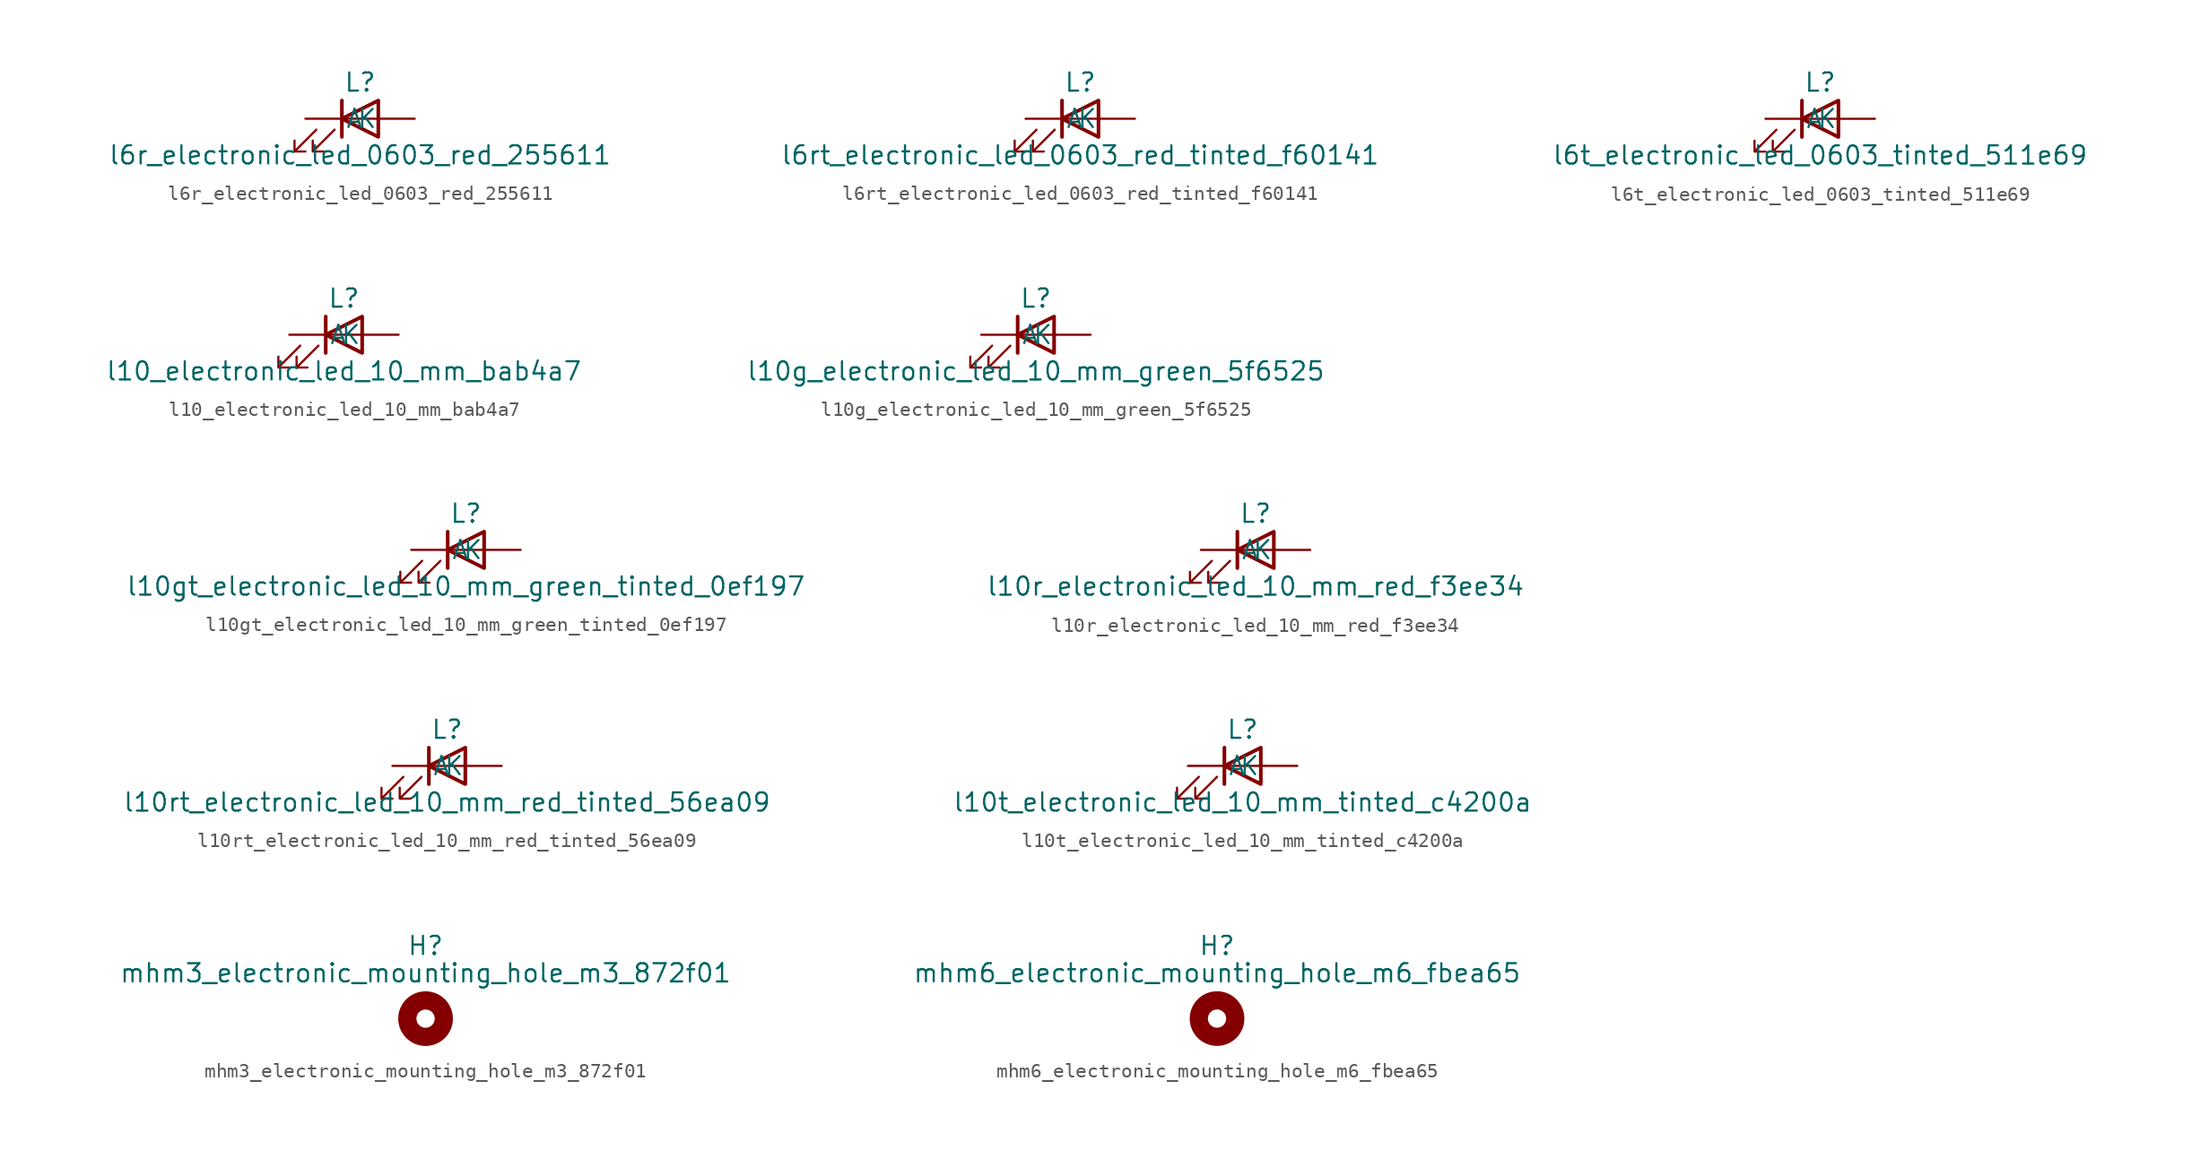
<source format=kicad_sym>
(kicad_symbol_lib
  (version 20220914)
  (generator kicad_symbol_editor)
  (symbol "l6r_electronic_led_0603_red_255611"
    (pin_numbers hide)
    (pin_names
      (offset 1.016))
    (property "Reference" "L"
      (at 0 2.54 0)
      (effects (font (size 1.27 1.27))))
    (property "Value" "l6r_electronic_led_0603_red_255611"
      (at 0 -2.54 0)
      (effects (font (size 1.27 1.27))))
    (symbol "l6r_electronic_led_0603_red_255611_0_1"
      (polyline (pts (xy -1.27 -1.27) (xy -1.27 1.27)) (stroke (width 0.254) (type default)) (fill (type none)))
      (polyline (pts (xy -1.27 0) (xy 1.27 0)) (stroke (width 0) (type default)) (fill (type none)))
      (polyline (pts (xy 1.27 -1.27) (xy 1.27 1.27) (xy -1.27 0) (xy 1.27 -1.27)) (stroke (width 0.254) (type default)) (fill (type none)))
      (polyline (pts (xy -3.048 -0.762) (xy -4.572 -2.286) (xy -3.81 -2.286) (xy -4.572 -2.286) (xy -4.572 -1.524)) (stroke (width 0) (type default)) (fill (type none)))
      (polyline (pts (xy -1.778 -0.762) (xy -3.302 -2.286) (xy -2.54 -2.286) (xy -3.302 -2.286) (xy -3.302 -1.524)) (stroke (width 0) (type default)) (fill (type none))))
    (symbol "l6r_electronic_led_0603_red_255611_1_1"
      (pin passive line (at -3.81 0 0) (length 2.54) (name "K" (effects (font (size 1.27 1.27)))) (number "1" (effects (font (size 1.27 1.27)))))
      (pin passive line (at 3.81 0 180) (length 2.54) (name "A" (effects (font (size 1.27 1.27)))) (number "2" (effects (font (size 1.27 1.27)))))))
  (symbol "l6rt_electronic_led_0603_red_tinted_f60141"
    (pin_numbers hide)
    (pin_names
      (offset 1.016))
    (property "Reference" "L"
      (at 0 2.54 0)
      (effects (font (size 1.27 1.27))))
    (property "Value" "l6rt_electronic_led_0603_red_tinted_f60141"
      (at 0 -2.54 0)
      (effects (font (size 1.27 1.27))))
    (symbol "l6rt_electronic_led_0603_red_tinted_f60141_0_1"
      (polyline (pts (xy -1.27 -1.27) (xy -1.27 1.27)) (stroke (width 0.254) (type default)) (fill (type none)))
      (polyline (pts (xy -1.27 0) (xy 1.27 0)) (stroke (width 0) (type default)) (fill (type none)))
      (polyline (pts (xy 1.27 -1.27) (xy 1.27 1.27) (xy -1.27 0) (xy 1.27 -1.27)) (stroke (width 0.254) (type default)) (fill (type none)))
      (polyline (pts (xy -3.048 -0.762) (xy -4.572 -2.286) (xy -3.81 -2.286) (xy -4.572 -2.286) (xy -4.572 -1.524)) (stroke (width 0) (type default)) (fill (type none)))
      (polyline (pts (xy -1.778 -0.762) (xy -3.302 -2.286) (xy -2.54 -2.286) (xy -3.302 -2.286) (xy -3.302 -1.524)) (stroke (width 0) (type default)) (fill (type none))))
    (symbol "l6rt_electronic_led_0603_red_tinted_f60141_1_1"
      (pin passive line (at -3.81 0 0) (length 2.54) (name "K" (effects (font (size 1.27 1.27)))) (number "1" (effects (font (size 1.27 1.27)))))
      (pin passive line (at 3.81 0 180) (length 2.54) (name "A" (effects (font (size 1.27 1.27)))) (number "2" (effects (font (size 1.27 1.27)))))))
  (symbol "l6t_electronic_led_0603_tinted_511e69"
    (pin_numbers hide)
    (pin_names
      (offset 1.016))
    (property "Reference" "L"
      (at 0 2.54 0)
      (effects (font (size 1.27 1.27))))
    (property "Value" "l6t_electronic_led_0603_tinted_511e69"
      (at 0 -2.54 0)
      (effects (font (size 1.27 1.27))))
    (symbol "l6t_electronic_led_0603_tinted_511e69_0_1"
      (polyline (pts (xy -1.27 -1.27) (xy -1.27 1.27)) (stroke (width 0.254) (type default)) (fill (type none)))
      (polyline (pts (xy -1.27 0) (xy 1.27 0)) (stroke (width 0) (type default)) (fill (type none)))
      (polyline (pts (xy 1.27 -1.27) (xy 1.27 1.27) (xy -1.27 0) (xy 1.27 -1.27)) (stroke (width 0.254) (type default)) (fill (type none)))
      (polyline (pts (xy -3.048 -0.762) (xy -4.572 -2.286) (xy -3.81 -2.286) (xy -4.572 -2.286) (xy -4.572 -1.524)) (stroke (width 0) (type default)) (fill (type none)))
      (polyline (pts (xy -1.778 -0.762) (xy -3.302 -2.286) (xy -2.54 -2.286) (xy -3.302 -2.286) (xy -3.302 -1.524)) (stroke (width 0) (type default)) (fill (type none))))
    (symbol "l6t_electronic_led_0603_tinted_511e69_1_1"
      (pin passive line (at -3.81 0 0) (length 2.54) (name "K" (effects (font (size 1.27 1.27)))) (number "1" (effects (font (size 1.27 1.27)))))
      (pin passive line (at 3.81 0 180) (length 2.54) (name "A" (effects (font (size 1.27 1.27)))) (number "2" (effects (font (size 1.27 1.27)))))))
  (symbol "l10_electronic_led_10_mm_bab4a7"
    (pin_numbers hide)
    (pin_names
      (offset 1.016))
    (property "Reference" "L"
      (at 0 2.54 0)
      (effects (font (size 1.27 1.27))))
    (property "Value" "l10_electronic_led_10_mm_bab4a7"
      (at 0 -2.54 0)
      (effects (font (size 1.27 1.27))))
    (symbol "l10_electronic_led_10_mm_bab4a7_0_1"
      (polyline (pts (xy -1.27 -1.27) (xy -1.27 1.27)) (stroke (width 0.254) (type default)) (fill (type none)))
      (polyline (pts (xy -1.27 0) (xy 1.27 0)) (stroke (width 0) (type default)) (fill (type none)))
      (polyline (pts (xy 1.27 -1.27) (xy 1.27 1.27) (xy -1.27 0) (xy 1.27 -1.27)) (stroke (width 0.254) (type default)) (fill (type none)))
      (polyline (pts (xy -3.048 -0.762) (xy -4.572 -2.286) (xy -3.81 -2.286) (xy -4.572 -2.286) (xy -4.572 -1.524)) (stroke (width 0) (type default)) (fill (type none)))
      (polyline (pts (xy -1.778 -0.762) (xy -3.302 -2.286) (xy -2.54 -2.286) (xy -3.302 -2.286) (xy -3.302 -1.524)) (stroke (width 0) (type default)) (fill (type none))))
    (symbol "l10_electronic_led_10_mm_bab4a7_1_1"
      (pin passive line (at -3.81 0 0) (length 2.54) (name "K" (effects (font (size 1.27 1.27)))) (number "1" (effects (font (size 1.27 1.27)))))
      (pin passive line (at 3.81 0 180) (length 2.54) (name "A" (effects (font (size 1.27 1.27)))) (number "2" (effects (font (size 1.27 1.27)))))))
  (symbol "l10g_electronic_led_10_mm_green_5f6525"
    (pin_numbers hide)
    (pin_names
      (offset 1.016))
    (property "Reference" "L"
      (at 0 2.54 0)
      (effects (font (size 1.27 1.27))))
    (property "Value" "l10g_electronic_led_10_mm_green_5f6525"
      (at 0 -2.54 0)
      (effects (font (size 1.27 1.27))))
    (symbol "l10g_electronic_led_10_mm_green_5f6525_0_1"
      (polyline (pts (xy -1.27 -1.27) (xy -1.27 1.27)) (stroke (width 0.254) (type default)) (fill (type none)))
      (polyline (pts (xy -1.27 0) (xy 1.27 0)) (stroke (width 0) (type default)) (fill (type none)))
      (polyline (pts (xy 1.27 -1.27) (xy 1.27 1.27) (xy -1.27 0) (xy 1.27 -1.27)) (stroke (width 0.254) (type default)) (fill (type none)))
      (polyline (pts (xy -3.048 -0.762) (xy -4.572 -2.286) (xy -3.81 -2.286) (xy -4.572 -2.286) (xy -4.572 -1.524)) (stroke (width 0) (type default)) (fill (type none)))
      (polyline (pts (xy -1.778 -0.762) (xy -3.302 -2.286) (xy -2.54 -2.286) (xy -3.302 -2.286) (xy -3.302 -1.524)) (stroke (width 0) (type default)) (fill (type none))))
    (symbol "l10g_electronic_led_10_mm_green_5f6525_1_1"
      (pin passive line (at -3.81 0 0) (length 2.54) (name "K" (effects (font (size 1.27 1.27)))) (number "1" (effects (font (size 1.27 1.27)))))
      (pin passive line (at 3.81 0 180) (length 2.54) (name "A" (effects (font (size 1.27 1.27)))) (number "2" (effects (font (size 1.27 1.27)))))))
  (symbol "l10gt_electronic_led_10_mm_green_tinted_0ef197"
    (pin_numbers hide)
    (pin_names
      (offset 1.016))
    (property "Reference" "L"
      (at 0 2.54 0)
      (effects (font (size 1.27 1.27))))
    (property "Value" "l10gt_electronic_led_10_mm_green_tinted_0ef197"
      (at 0 -2.54 0)
      (effects (font (size 1.27 1.27))))
    (symbol "l10gt_electronic_led_10_mm_green_tinted_0ef197_0_1"
      (polyline (pts (xy -1.27 -1.27) (xy -1.27 1.27)) (stroke (width 0.254) (type default)) (fill (type none)))
      (polyline (pts (xy -1.27 0) (xy 1.27 0)) (stroke (width 0) (type default)) (fill (type none)))
      (polyline (pts (xy 1.27 -1.27) (xy 1.27 1.27) (xy -1.27 0) (xy 1.27 -1.27)) (stroke (width 0.254) (type default)) (fill (type none)))
      (polyline (pts (xy -3.048 -0.762) (xy -4.572 -2.286) (xy -3.81 -2.286) (xy -4.572 -2.286) (xy -4.572 -1.524)) (stroke (width 0) (type default)) (fill (type none)))
      (polyline (pts (xy -1.778 -0.762) (xy -3.302 -2.286) (xy -2.54 -2.286) (xy -3.302 -2.286) (xy -3.302 -1.524)) (stroke (width 0) (type default)) (fill (type none))))
    (symbol "l10gt_electronic_led_10_mm_green_tinted_0ef197_1_1"
      (pin passive line (at -3.81 0 0) (length 2.54) (name "K" (effects (font (size 1.27 1.27)))) (number "1" (effects (font (size 1.27 1.27)))))
      (pin passive line (at 3.81 0 180) (length 2.54) (name "A" (effects (font (size 1.27 1.27)))) (number "2" (effects (font (size 1.27 1.27)))))))
  (symbol "l10r_electronic_led_10_mm_red_f3ee34"
    (pin_numbers hide)
    (pin_names
      (offset 1.016))
    (property "Reference" "L"
      (at 0 2.54 0)
      (effects (font (size 1.27 1.27))))
    (property "Value" "l10r_electronic_led_10_mm_red_f3ee34"
      (at 0 -2.54 0)
      (effects (font (size 1.27 1.27))))
    (symbol "l10r_electronic_led_10_mm_red_f3ee34_0_1"
      (polyline (pts (xy -1.27 -1.27) (xy -1.27 1.27)) (stroke (width 0.254) (type default)) (fill (type none)))
      (polyline (pts (xy -1.27 0) (xy 1.27 0)) (stroke (width 0) (type default)) (fill (type none)))
      (polyline (pts (xy 1.27 -1.27) (xy 1.27 1.27) (xy -1.27 0) (xy 1.27 -1.27)) (stroke (width 0.254) (type default)) (fill (type none)))
      (polyline (pts (xy -3.048 -0.762) (xy -4.572 -2.286) (xy -3.81 -2.286) (xy -4.572 -2.286) (xy -4.572 -1.524)) (stroke (width 0) (type default)) (fill (type none)))
      (polyline (pts (xy -1.778 -0.762) (xy -3.302 -2.286) (xy -2.54 -2.286) (xy -3.302 -2.286) (xy -3.302 -1.524)) (stroke (width 0) (type default)) (fill (type none))))
    (symbol "l10r_electronic_led_10_mm_red_f3ee34_1_1"
      (pin passive line (at -3.81 0 0) (length 2.54) (name "K" (effects (font (size 1.27 1.27)))) (number "1" (effects (font (size 1.27 1.27)))))
      (pin passive line (at 3.81 0 180) (length 2.54) (name "A" (effects (font (size 1.27 1.27)))) (number "2" (effects (font (size 1.27 1.27)))))))
  (symbol "l10rt_electronic_led_10_mm_red_tinted_56ea09"
    (pin_numbers hide)
    (pin_names
      (offset 1.016))
    (property "Reference" "L"
      (at 0 2.54 0)
      (effects (font (size 1.27 1.27))))
    (property "Value" "l10rt_electronic_led_10_mm_red_tinted_56ea09"
      (at 0 -2.54 0)
      (effects (font (size 1.27 1.27))))
    (symbol "l10rt_electronic_led_10_mm_red_tinted_56ea09_0_1"
      (polyline (pts (xy -1.27 -1.27) (xy -1.27 1.27)) (stroke (width 0.254) (type default)) (fill (type none)))
      (polyline (pts (xy -1.27 0) (xy 1.27 0)) (stroke (width 0) (type default)) (fill (type none)))
      (polyline (pts (xy 1.27 -1.27) (xy 1.27 1.27) (xy -1.27 0) (xy 1.27 -1.27)) (stroke (width 0.254) (type default)) (fill (type none)))
      (polyline (pts (xy -3.048 -0.762) (xy -4.572 -2.286) (xy -3.81 -2.286) (xy -4.572 -2.286) (xy -4.572 -1.524)) (stroke (width 0) (type default)) (fill (type none)))
      (polyline (pts (xy -1.778 -0.762) (xy -3.302 -2.286) (xy -2.54 -2.286) (xy -3.302 -2.286) (xy -3.302 -1.524)) (stroke (width 0) (type default)) (fill (type none))))
    (symbol "l10rt_electronic_led_10_mm_red_tinted_56ea09_1_1"
      (pin passive line (at -3.81 0 0) (length 2.54) (name "K" (effects (font (size 1.27 1.27)))) (number "1" (effects (font (size 1.27 1.27)))))
      (pin passive line (at 3.81 0 180) (length 2.54) (name "A" (effects (font (size 1.27 1.27)))) (number "2" (effects (font (size 1.27 1.27)))))))
  (symbol "l10t_electronic_led_10_mm_tinted_c4200a"
    (pin_numbers hide)
    (pin_names
      (offset 1.016))
    (property "Reference" "L"
      (at 0 2.54 0)
      (effects (font (size 1.27 1.27))))
    (property "Value" "l10t_electronic_led_10_mm_tinted_c4200a"
      (at 0 -2.54 0)
      (effects (font (size 1.27 1.27))))
    (symbol "l10t_electronic_led_10_mm_tinted_c4200a_0_1"
      (polyline (pts (xy -1.27 -1.27) (xy -1.27 1.27)) (stroke (width 0.254) (type default)) (fill (type none)))
      (polyline (pts (xy -1.27 0) (xy 1.27 0)) (stroke (width 0) (type default)) (fill (type none)))
      (polyline (pts (xy 1.27 -1.27) (xy 1.27 1.27) (xy -1.27 0) (xy 1.27 -1.27)) (stroke (width 0.254) (type default)) (fill (type none)))
      (polyline (pts (xy -3.048 -0.762) (xy -4.572 -2.286) (xy -3.81 -2.286) (xy -4.572 -2.286) (xy -4.572 -1.524)) (stroke (width 0) (type default)) (fill (type none)))
      (polyline (pts (xy -1.778 -0.762) (xy -3.302 -2.286) (xy -2.54 -2.286) (xy -3.302 -2.286) (xy -3.302 -1.524)) (stroke (width 0) (type default)) (fill (type none))))
    (symbol "l10t_electronic_led_10_mm_tinted_c4200a_1_1"
      (pin passive line (at -3.81 0 0) (length 2.54) (name "K" (effects (font (size 1.27 1.27)))) (number "1" (effects (font (size 1.27 1.27)))))
      (pin passive line (at 3.81 0 180) (length 2.54) (name "A" (effects (font (size 1.27 1.27)))) (number "2" (effects (font (size 1.27 1.27)))))))
  (symbol "mhm3_electronic_mounting_hole_m3_872f01"
    (pin_names
      (offset 1.016))
    (property "Reference" "H"
      (at 0 5.08 0)
      (effects (font (size 1.27 1.27))))
    (property "Value" "mhm3_electronic_mounting_hole_m3_872f01"
      (at 0 3.175 0)
      (effects (font (size 1.27 1.27))))
    (symbol "mhm3_electronic_mounting_hole_m3_872f01_0_1"
      (circle (center 0 0) (radius 1.27) (stroke (width 1.27) (type default)) (fill (type none)))))
  (symbol "mhm6_electronic_mounting_hole_m6_fbea65"
    (pin_names
      (offset 1.016))
    (property "Reference" "H"
      (at 0 5.08 0)
      (effects (font (size 1.27 1.27))))
    (property "Value" "mhm6_electronic_mounting_hole_m6_fbea65"
      (at 0 3.175 0)
      (effects (font (size 1.27 1.27))))
    (symbol "mhm6_electronic_mounting_hole_m6_fbea65_0_1"
      (circle (center 0 0) (radius 1.27) (stroke (width 1.27) (type default)) (fill (type none))))))
</source>
